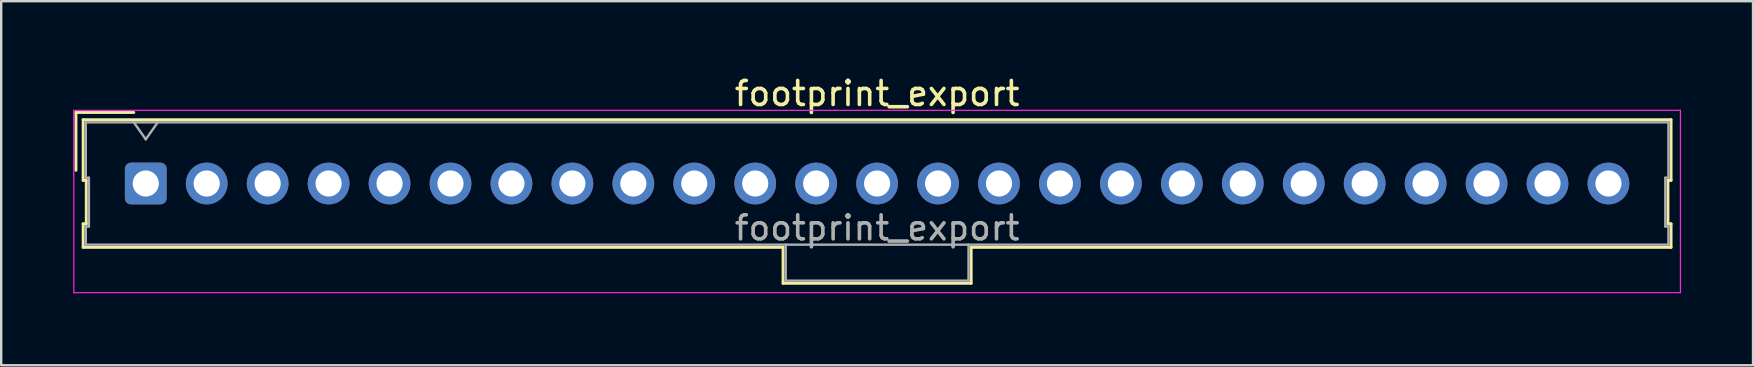
<source format=kicad_pcb>
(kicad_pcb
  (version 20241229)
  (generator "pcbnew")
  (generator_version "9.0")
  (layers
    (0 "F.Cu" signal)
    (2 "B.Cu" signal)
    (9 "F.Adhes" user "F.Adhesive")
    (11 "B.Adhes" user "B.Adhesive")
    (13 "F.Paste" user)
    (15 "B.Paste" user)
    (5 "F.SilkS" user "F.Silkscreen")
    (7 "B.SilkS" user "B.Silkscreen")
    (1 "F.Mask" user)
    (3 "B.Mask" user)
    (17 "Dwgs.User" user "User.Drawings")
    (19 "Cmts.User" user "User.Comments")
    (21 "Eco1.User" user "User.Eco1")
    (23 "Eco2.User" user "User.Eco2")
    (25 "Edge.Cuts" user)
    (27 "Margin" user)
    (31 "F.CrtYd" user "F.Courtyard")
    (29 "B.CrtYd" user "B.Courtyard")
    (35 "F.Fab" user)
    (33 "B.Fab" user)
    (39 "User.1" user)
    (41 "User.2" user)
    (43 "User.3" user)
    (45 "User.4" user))
  (footprint "footprint_export"
    (layer "F.Cu")
    (at 3.025 4.598)
    (property "Reference" "footprint_export" (at 30.48 -3.75 0) (layer "F.SilkS") (effects (font (size 1 1) (thickness 0.15))))
    (attr through_hole)
    (fp_line (start -2.91 -2.96) (end -0.5 -2.96) (stroke (width 0.12) (type solid)) (layer "F.SilkS"))
    (fp_line (start -2.91 -0.55) (end -2.91 -2.96) (stroke (width 0.12) (type solid)) (layer "F.SilkS"))
    (fp_line (start -2.61 -2.66) (end -2.61 -0.13) (stroke (width 0.12) (type solid)) (layer "F.SilkS"))
    (fp_line (start -2.61 -0.13) (end -2.48 -0.13) (stroke (width 0.12) (type solid)) (layer "F.SilkS"))
    (fp_line (start -2.61 1.68) (end -2.61 2.66) (stroke (width 0.12) (type solid)) (layer "F.SilkS"))
    (fp_line (start -2.61 2.66) (end 26.56 2.66) (stroke (width 0.12) (type solid)) (layer "F.SilkS"))
    (fp_line (start -2.48 -0.13) (end -2.48 1.68) (stroke (width 0.12) (type solid)) (layer "F.SilkS"))
    (fp_line (start -2.48 1.68) (end -2.61 1.68) (stroke (width 0.12) (type solid)) (layer "F.SilkS"))
    (fp_line (start 26.56 2.66) (end 26.56 4.16) (stroke (width 0.12) (type solid)) (layer "F.SilkS"))
    (fp_line (start 26.56 4.16) (end 34.4 4.16) (stroke (width 0.12) (type solid)) (layer "F.SilkS"))
    (fp_line (start 34.4 2.66) (end 63.57 2.66) (stroke (width 0.12) (type solid)) (layer "F.SilkS"))
    (fp_line (start 34.4 4.16) (end 34.4 2.66) (stroke (width 0.12) (type solid)) (layer "F.SilkS"))
    (fp_line (start 63.44 -0.13) (end 63.57 -0.13) (stroke (width 0.12) (type solid)) (layer "F.SilkS"))
    (fp_line (start 63.44 1.68) (end 63.44 -0.13) (stroke (width 0.12) (type solid)) (layer "F.SilkS"))
    (fp_line (start 63.57 -2.66) (end -2.61 -2.66) (stroke (width 0.12) (type solid)) (layer "F.SilkS"))
    (fp_line (start 63.57 -0.13) (end 63.57 -2.66) (stroke (width 0.12) (type solid)) (layer "F.SilkS"))
    (fp_line (start 63.57 1.68) (end 63.44 1.68) (stroke (width 0.12) (type solid)) (layer "F.SilkS"))
    (fp_line (start 63.57 2.66) (end 63.57 1.68) (stroke (width 0.12) (type solid)) (layer "F.SilkS"))
    (fp_line (start -3 -3.05) (end -3 4.55) (stroke (width 0.05) (type solid)) (layer "F.CrtYd"))
    (fp_line (start -3 4.55) (end 63.96 4.55) (stroke (width 0.05) (type solid)) (layer "F.CrtYd"))
    (fp_line (start 63.96 -3.05) (end -3 -3.05) (stroke (width 0.05) (type solid)) (layer "F.CrtYd"))
    (fp_line (start 63.96 4.55) (end 63.96 -3.05) (stroke (width 0.05) (type solid)) (layer "F.CrtYd"))
    (fp_line (start -2.5 -2.55) (end -2.5 -0.24) (stroke (width 0.1) (type solid)) (layer "F.Fab"))
    (fp_line (start -2.5 -0.24) (end -2.37 -0.24) (stroke (width 0.1) (type solid)) (layer "F.Fab"))
    (fp_line (start -2.5 1.79) (end -2.5 2.55) (stroke (width 0.1) (type solid)) (layer "F.Fab"))
    (fp_line (start -2.5 2.55) (end 63.46 2.55) (stroke (width 0.1) (type solid)) (layer "F.Fab"))
    (fp_line (start -2.37 -0.24) (end -2.37 1.79) (stroke (width 0.1) (type solid)) (layer "F.Fab"))
    (fp_line (start -2.37 1.79) (end -2.5 1.79) (stroke (width 0.1) (type solid)) (layer "F.Fab"))
    (fp_line (start 0 -1.843) (end -0.5 -2.55) (stroke (width 0.1) (type solid)) (layer "F.Fab"))
    (fp_line (start 0.5 -2.55) (end 0 -1.843) (stroke (width 0.1) (type solid)) (layer "F.Fab"))
    (fp_line (start 26.67 2.55) (end 26.67 4.05) (stroke (width 0.1) (type solid)) (layer "F.Fab"))
    (fp_line (start 26.67 4.05) (end 34.29 4.05) (stroke (width 0.1) (type solid)) (layer "F.Fab"))
    (fp_line (start 34.29 4.05) (end 34.29 2.55) (stroke (width 0.1) (type solid)) (layer "F.Fab"))
    (fp_line (start 63.33 -0.24) (end 63.46 -0.24) (stroke (width 0.1) (type solid)) (layer "F.Fab"))
    (fp_line (start 63.33 1.79) (end 63.33 -0.24) (stroke (width 0.1) (type solid)) (layer "F.Fab"))
    (fp_line (start 63.46 -2.55) (end -2.5 -2.55) (stroke (width 0.1) (type solid)) (layer "F.Fab"))
    (fp_line (start 63.46 -0.24) (end 63.46 -2.55) (stroke (width 0.1) (type solid)) (layer "F.Fab"))
    (fp_line (start 63.46 1.79) (end 63.33 1.79) (stroke (width 0.1) (type solid)) (layer "F.Fab"))
    (fp_line (start 63.46 2.55) (end 63.46 1.79) (stroke (width 0.1) (type solid)) (layer "F.Fab"))
    (fp_text user "${REFERENCE}" (at 30.48 1.85 0) (layer "F.Fab") (effects (font (size 1 1) (thickness 0.15))))
    (pad "1" thru_hole roundrect (at 0 0) (size 1.74 1.74) (drill 1.09) (layers "*.Cu" "*.Mask") (roundrect_rratio 0.144))
    (pad "2" thru_hole circle (at 2.54 0) (size 1.74 1.74) (drill 1.09) (layers "*.Cu" "*.Mask"))
    (pad "3" thru_hole circle (at 5.08 0) (size 1.74 1.74) (drill 1.09) (layers "*.Cu" "*.Mask"))
    (pad "4" thru_hole circle (at 7.62 0) (size 1.74 1.74) (drill 1.09) (layers "*.Cu" "*.Mask"))
    (pad "5" thru_hole circle (at 10.16 0) (size 1.74 1.74) (drill 1.09) (layers "*.Cu" "*.Mask"))
    (pad "6" thru_hole circle (at 12.7 0) (size 1.74 1.74) (drill 1.09) (layers "*.Cu" "*.Mask"))
    (pad "7" thru_hole circle (at 15.24 0) (size 1.74 1.74) (drill 1.09) (layers "*.Cu" "*.Mask"))
    (pad "8" thru_hole circle (at 17.78 0) (size 1.74 1.74) (drill 1.09) (layers "*.Cu" "*.Mask"))
    (pad "9" thru_hole circle (at 20.32 0) (size 1.74 1.74) (drill 1.09) (layers "*.Cu" "*.Mask"))
    (pad "10" thru_hole circle (at 22.86 0) (size 1.74 1.74) (drill 1.09) (layers "*.Cu" "*.Mask"))
    (pad "11" thru_hole circle (at 25.4 0) (size 1.74 1.74) (drill 1.09) (layers "*.Cu" "*.Mask"))
    (pad "12" thru_hole circle (at 27.94 0) (size 1.74 1.74) (drill 1.09) (layers "*.Cu" "*.Mask"))
    (pad "13" thru_hole circle (at 30.48 0) (size 1.74 1.74) (drill 1.09) (layers "*.Cu" "*.Mask"))
    (pad "14" thru_hole circle (at 33.02 0) (size 1.74 1.74) (drill 1.09) (layers "*.Cu" "*.Mask"))
    (pad "15" thru_hole circle (at 35.56 0) (size 1.74 1.74) (drill 1.09) (layers "*.Cu" "*.Mask"))
    (pad "16" thru_hole circle (at 38.1 0) (size 1.74 1.74) (drill 1.09) (layers "*.Cu" "*.Mask"))
    (pad "17" thru_hole circle (at 40.64 0) (size 1.74 1.74) (drill 1.09) (layers "*.Cu" "*.Mask"))
    (pad "18" thru_hole circle (at 43.18 0) (size 1.74 1.74) (drill 1.09) (layers "*.Cu" "*.Mask"))
    (pad "19" thru_hole circle (at 45.72 0) (size 1.74 1.74) (drill 1.09) (layers "*.Cu" "*.Mask"))
    (pad "20" thru_hole circle (at 48.26 0) (size 1.74 1.74) (drill 1.09) (layers "*.Cu" "*.Mask"))
    (pad "21" thru_hole circle (at 50.8 0) (size 1.74 1.74) (drill 1.09) (layers "*.Cu" "*.Mask"))
    (pad "22" thru_hole circle (at 53.34 0) (size 1.74 1.74) (drill 1.09) (layers "*.Cu" "*.Mask"))
    (pad "23" thru_hole circle (at 55.88 0) (size 1.74 1.74) (drill 1.09) (layers "*.Cu" "*.Mask"))
    (pad "24" thru_hole circle (at 58.42 0) (size 1.74 1.74) (drill 1.09) (layers "*.Cu" "*.Mask"))
    (pad "25" thru_hole circle (at 60.96 0) (size 1.74 1.74) (drill 1.09) (layers "*.Cu" "*.Mask")))
  (gr_rect
    (start -3 -3)
    (end 70.01 12.173)
    (stroke (width 0.1) (type default))
    (fill no)
    (layer "Edge.Cuts")))
</source>
